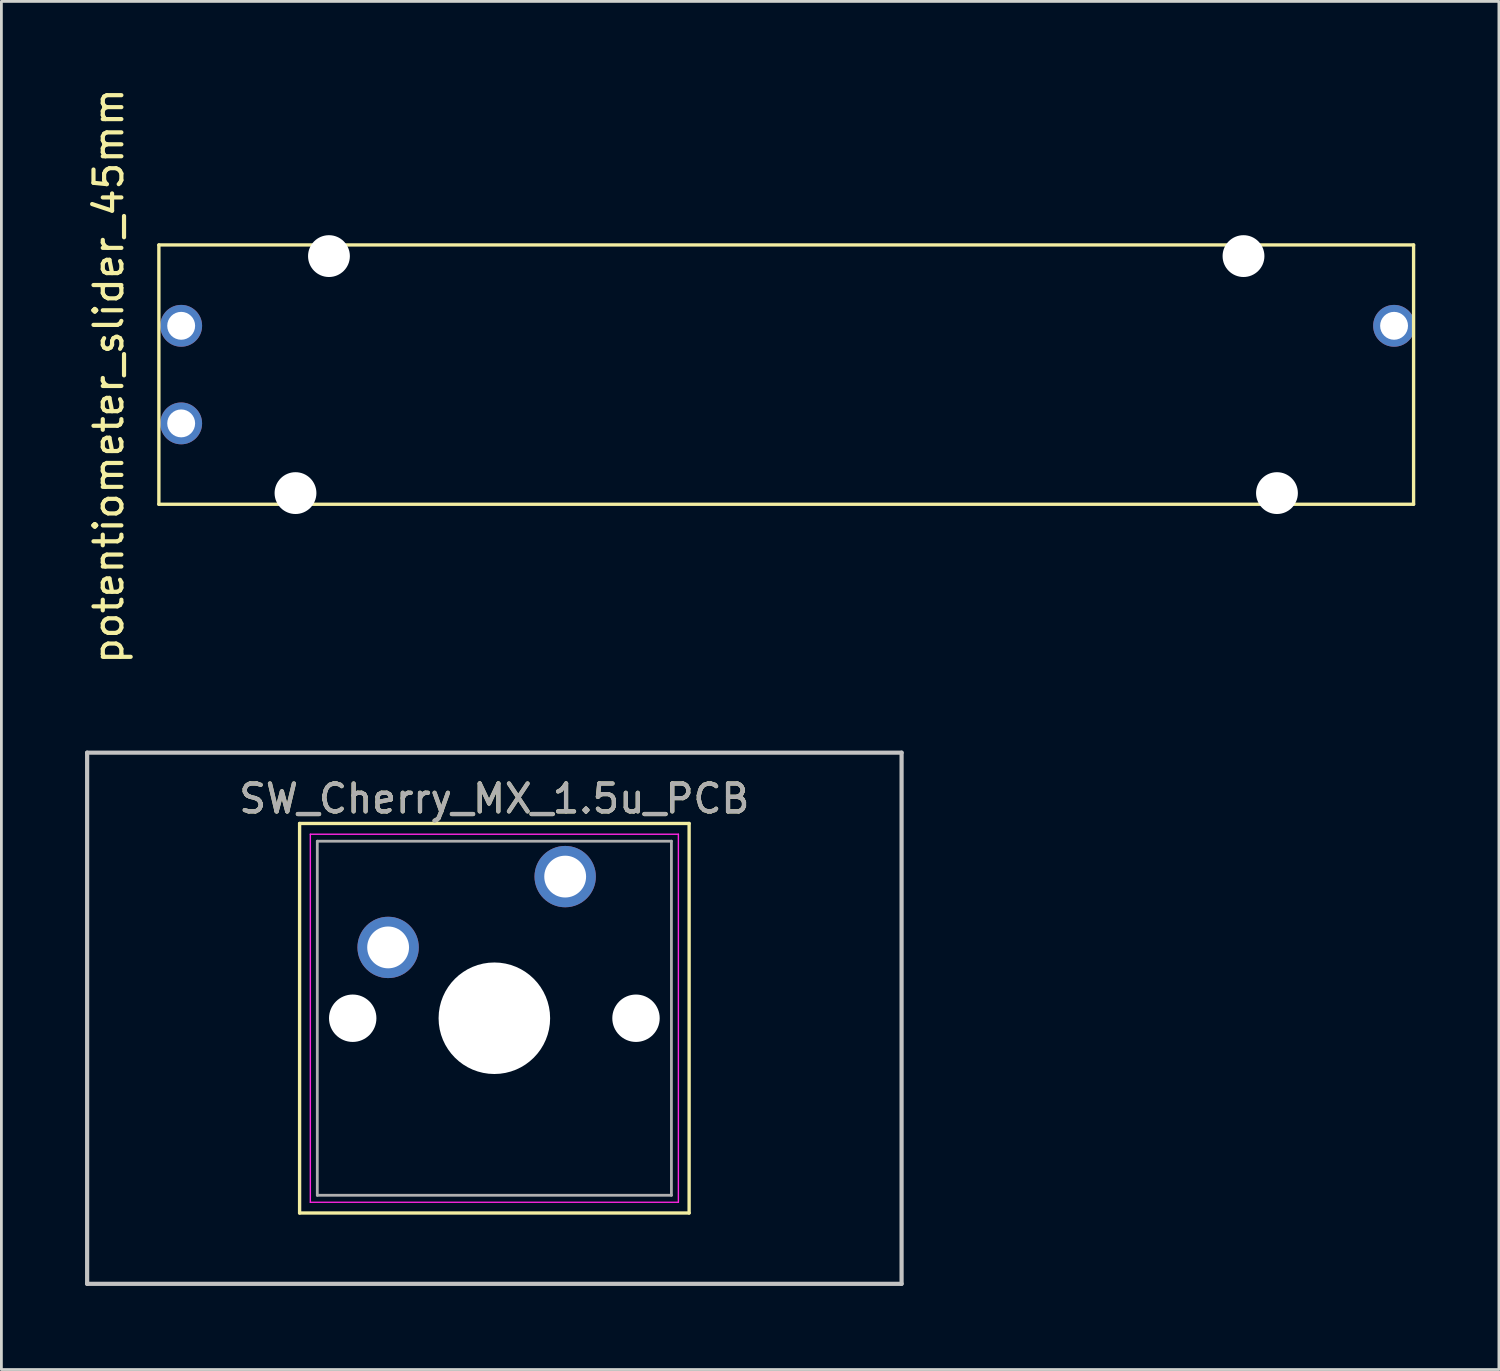
<source format=kicad_pcb>
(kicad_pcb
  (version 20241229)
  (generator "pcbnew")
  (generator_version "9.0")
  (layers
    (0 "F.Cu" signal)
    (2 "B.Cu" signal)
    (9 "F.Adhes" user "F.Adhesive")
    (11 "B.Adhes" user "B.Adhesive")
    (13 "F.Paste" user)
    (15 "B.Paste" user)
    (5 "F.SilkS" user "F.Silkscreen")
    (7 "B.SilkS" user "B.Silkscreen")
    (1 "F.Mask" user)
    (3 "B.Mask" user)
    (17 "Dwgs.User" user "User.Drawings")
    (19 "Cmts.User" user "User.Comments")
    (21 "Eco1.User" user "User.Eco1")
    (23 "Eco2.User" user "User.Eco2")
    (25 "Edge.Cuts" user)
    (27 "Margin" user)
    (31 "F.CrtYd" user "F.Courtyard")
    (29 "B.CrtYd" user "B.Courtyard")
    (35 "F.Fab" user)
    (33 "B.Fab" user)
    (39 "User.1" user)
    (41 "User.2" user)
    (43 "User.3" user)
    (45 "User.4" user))
  (footprint "SW_Cherry_MX_1.5u_PCB"
    (layer "F.Cu")
    (at 17.22 28.389)
    (property "Reference" "SW_Cherry_MX_1.5u_PCB" (at -2.54 -2.794 0) (layer "F.SilkS") (effects (font (size 1 1) (thickness 0.15))))
    (attr through_hole)
    (fp_line (start -9.525 -1.905) (end 4.445 -1.905) (stroke (width 0.12) (type solid)) (layer "F.SilkS"))
    (fp_line (start -9.525 12.065) (end -9.525 -1.905) (stroke (width 0.12) (type solid)) (layer "F.SilkS"))
    (fp_line (start 4.445 -1.905) (end 4.445 12.065) (stroke (width 0.12) (type solid)) (layer "F.SilkS"))
    (fp_line (start 4.445 12.065) (end -9.525 12.065) (stroke (width 0.12) (type solid)) (layer "F.SilkS"))
    (fp_line (start -17.145 -4.445) (end 12.065 -4.445) (stroke (width 0.15) (type solid)) (layer "Dwgs.User"))
    (fp_line (start -17.145 14.605) (end -17.145 -4.445) (stroke (width 0.15) (type solid)) (layer "Dwgs.User"))
    (fp_line (start 12.065 -4.445) (end 12.065 14.605) (stroke (width 0.15) (type solid)) (layer "Dwgs.User"))
    (fp_line (start 12.065 14.605) (end -17.145 14.605) (stroke (width 0.15) (type solid)) (layer "Dwgs.User"))
    (fp_line (start -9.14 -1.52) (end 4.06 -1.52) (stroke (width 0.05) (type solid)) (layer "F.CrtYd"))
    (fp_line (start -9.14 11.68) (end -9.14 -1.52) (stroke (width 0.05) (type solid)) (layer "F.CrtYd"))
    (fp_line (start 4.06 -1.52) (end 4.06 11.68) (stroke (width 0.05) (type solid)) (layer "F.CrtYd"))
    (fp_line (start 4.06 11.68) (end -9.14 11.68) (stroke (width 0.05) (type solid)) (layer "F.CrtYd"))
    (fp_line (start -8.89 -1.27) (end 3.81 -1.27) (stroke (width 0.1) (type solid)) (layer "F.Fab"))
    (fp_line (start -8.89 11.43) (end -8.89 -1.27) (stroke (width 0.1) (type solid)) (layer "F.Fab"))
    (fp_line (start 3.81 -1.27) (end 3.81 11.43) (stroke (width 0.1) (type solid)) (layer "F.Fab"))
    (fp_line (start 3.81 11.43) (end -8.89 11.43) (stroke (width 0.1) (type solid)) (layer "F.Fab"))
    (fp_text user "${REFERENCE}" (at -2.54 -2.794 0) (layer "F.Fab") (effects (font (size 1 1) (thickness 0.15))))
    (pad "" np_thru_hole circle (at -7.62 5.08) (size 1.7 1.7) (drill 1.7) (layers "*.Cu" "*.Mask"))
    (pad "" np_thru_hole circle (at -2.54 5.08) (size 4 4) (drill 4) (layers "*.Cu" "*.Mask"))
    (pad "" np_thru_hole circle (at 2.54 5.08) (size 1.7 1.7) (drill 1.7) (layers "*.Cu" "*.Mask"))
    (pad "1" thru_hole circle (at 0 0) (size 2.2 2.2) (drill 1.5) (layers "*.Cu" "*.Mask"))
    (pad "2" thru_hole circle (at -6.35 2.54) (size 2.2 2.2) (drill 1.5) (layers "*.Cu" "*.Mask")))
  (footprint "potentiometer_slider_45mm"
    (layer "F.Cu")
    (at 2.648 17.335)
    (property "Reference" "potentiometer_slider_45mm" (at -1.8 -6.9 90) (layer "F.SilkS") (effects (font (size 1 1) (thickness 0.15))))
    (attr through_hole)
    (fp_line (start 0 -11.6) (end 45 -11.6) (stroke (width 0.12) (type solid)) (layer "F.SilkS"))
    (fp_line (start 0 -2.3) (end 0 -11.6) (stroke (width 0.12) (type solid)) (layer "F.SilkS"))
    (fp_line (start 45 -11.6) (end 45 -2.3) (stroke (width 0.12) (type solid)) (layer "F.SilkS"))
    (fp_line (start 45 -2.3) (end 0 -2.3) (stroke (width 0.12) (type solid)) (layer "F.SilkS"))
    (pad "" np_thru_hole circle (at 4.9 -2.7) (size 1.5 1.5) (drill 1.5) (layers "*.Cu" "*.Mask"))
    (pad "" np_thru_hole circle (at 6.1 -11.2) (size 1.5 1.5) (drill 1.5) (layers "*.Cu" "*.Mask"))
    (pad "" np_thru_hole circle (at 38.9 -11.2) (size 1.5 1.5) (drill 1.5) (layers "*.Cu" "*.Mask"))
    (pad "" np_thru_hole circle (at 40.1 -2.7) (size 1.5 1.5) (drill 1.5) (layers "*.Cu" "*.Mask"))
    (pad "1" thru_hole circle (at 0.8 -8.7) (size 1.5 1.5) (drill 1) (layers "*.Cu" "*.Mask"))
    (pad "2" thru_hole circle (at 0.8 -5.2) (size 1.5 1.5) (drill 1) (layers "*.Cu" "*.Mask"))
    (pad "3" thru_hole circle (at 44.3 -8.7) (size 1.5 1.5) (drill 1) (layers "*.Cu" "*.Mask")))
  (gr_rect
    (start -3 -3)
    (end 50.708 46.069)
    (stroke (width 0.1) (type default))
    (fill no)
    (layer "Edge.Cuts")))
</source>
